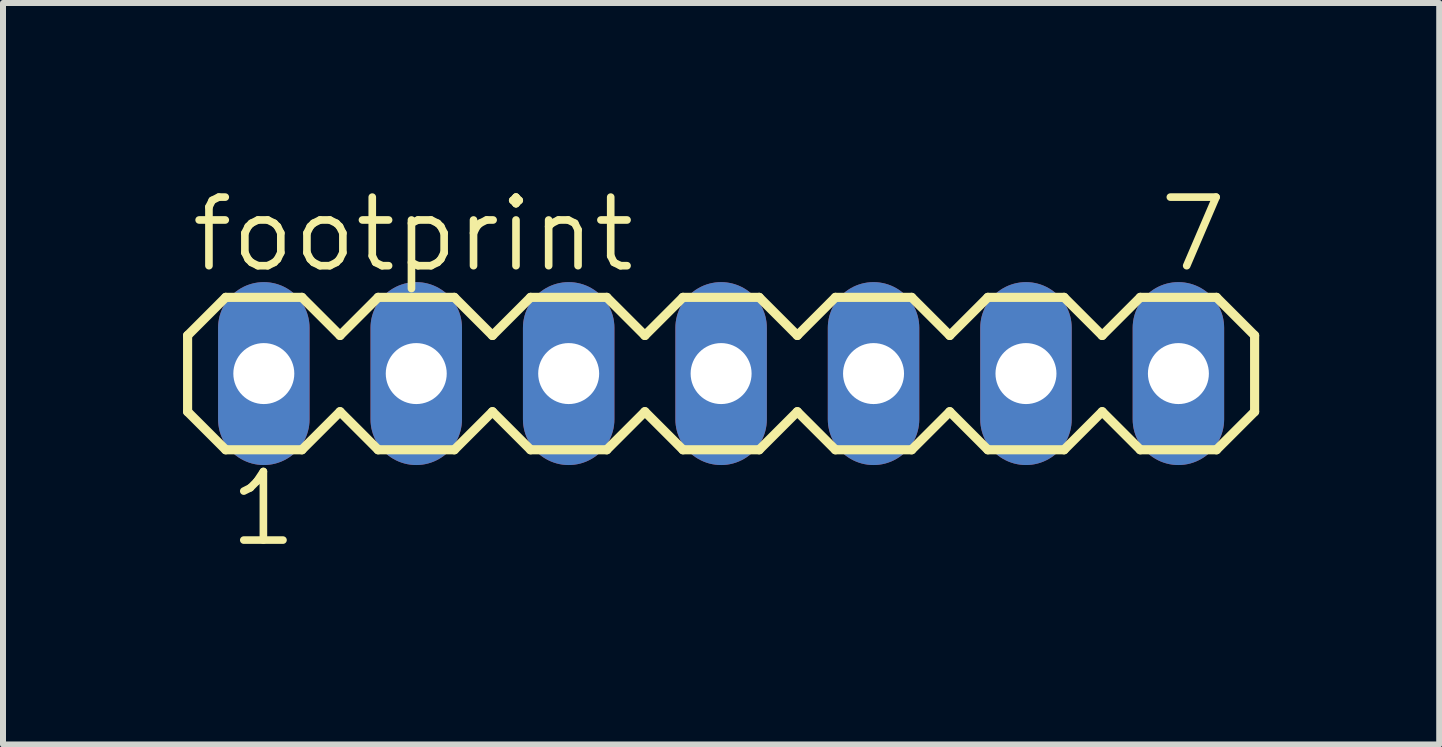
<source format=kicad_pcb>
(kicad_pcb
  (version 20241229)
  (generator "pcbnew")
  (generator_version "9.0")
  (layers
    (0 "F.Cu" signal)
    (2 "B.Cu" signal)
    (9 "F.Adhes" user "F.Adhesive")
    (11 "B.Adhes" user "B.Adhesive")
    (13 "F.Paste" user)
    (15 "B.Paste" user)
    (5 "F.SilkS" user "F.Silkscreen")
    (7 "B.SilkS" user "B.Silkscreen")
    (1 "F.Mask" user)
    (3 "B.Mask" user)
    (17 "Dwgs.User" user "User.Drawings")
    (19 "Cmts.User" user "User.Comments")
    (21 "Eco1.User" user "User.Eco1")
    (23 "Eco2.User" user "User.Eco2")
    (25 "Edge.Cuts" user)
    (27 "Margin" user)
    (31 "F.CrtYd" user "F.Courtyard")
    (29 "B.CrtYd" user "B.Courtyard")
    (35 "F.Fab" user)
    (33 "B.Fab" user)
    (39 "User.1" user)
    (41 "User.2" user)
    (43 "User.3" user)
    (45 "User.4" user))
  (footprint "footprint"
    (layer "F.Cu")
    (at 8.966 3.175)
    (property "Reference" "footprint" (at -8.89 -1.651 0) (layer "F.SilkS") (effects (font (size 1.143 1.143) (thickness 0.127)) (justify left bottom)))
    (fp_line (start -8.89 -0.635) (end -8.89 0.635) (stroke (width 0.152) (type solid)) (layer "F.SilkS"))
    (fp_line (start -8.89 0.635) (end -8.255 1.27) (stroke (width 0.152) (type solid)) (layer "F.SilkS"))
    (fp_line (start -8.255 -1.27) (end -8.89 -0.635) (stroke (width 0.152) (type solid)) (layer "F.SilkS"))
    (fp_line (start -8.255 -1.27) (end -6.985 -1.27) (stroke (width 0.152) (type solid)) (layer "F.SilkS"))
    (fp_line (start -6.985 -1.27) (end -6.35 -0.635) (stroke (width 0.152) (type solid)) (layer "F.SilkS"))
    (fp_line (start -6.985 1.27) (end -8.255 1.27) (stroke (width 0.152) (type solid)) (layer "F.SilkS"))
    (fp_line (start -6.35 -0.635) (end -5.715 -1.27) (stroke (width 0.152) (type solid)) (layer "F.SilkS"))
    (fp_line (start -6.35 0.635) (end -6.985 1.27) (stroke (width 0.152) (type solid)) (layer "F.SilkS"))
    (fp_line (start -5.715 -1.27) (end -4.445 -1.27) (stroke (width 0.152) (type solid)) (layer "F.SilkS"))
    (fp_line (start -5.715 1.27) (end -6.35 0.635) (stroke (width 0.152) (type solid)) (layer "F.SilkS"))
    (fp_line (start -4.445 -1.27) (end -3.81 -0.635) (stroke (width 0.152) (type solid)) (layer "F.SilkS"))
    (fp_line (start -4.445 1.27) (end -5.715 1.27) (stroke (width 0.152) (type solid)) (layer "F.SilkS"))
    (fp_line (start -3.81 -0.635) (end -3.175 -1.27) (stroke (width 0.152) (type solid)) (layer "F.SilkS"))
    (fp_line (start -3.81 0.635) (end -4.445 1.27) (stroke (width 0.152) (type solid)) (layer "F.SilkS"))
    (fp_line (start -3.175 -1.27) (end -1.905 -1.27) (stroke (width 0.152) (type solid)) (layer "F.SilkS"))
    (fp_line (start -3.175 1.27) (end -3.81 0.635) (stroke (width 0.152) (type solid)) (layer "F.SilkS"))
    (fp_line (start -1.905 -1.27) (end -1.27 -0.635) (stroke (width 0.152) (type solid)) (layer "F.SilkS"))
    (fp_line (start -1.905 1.27) (end -3.175 1.27) (stroke (width 0.152) (type solid)) (layer "F.SilkS"))
    (fp_line (start -1.27 0.635) (end -1.905 1.27) (stroke (width 0.152) (type solid)) (layer "F.SilkS"))
    (fp_line (start -1.27 0.635) (end -0.635 1.27) (stroke (width 0.152) (type solid)) (layer "F.SilkS"))
    (fp_line (start -0.635 -1.27) (end -1.27 -0.635) (stroke (width 0.152) (type solid)) (layer "F.SilkS"))
    (fp_line (start -0.635 -1.27) (end 0.635 -1.27) (stroke (width 0.152) (type solid)) (layer "F.SilkS"))
    (fp_line (start 0.635 -1.27) (end 1.27 -0.635) (stroke (width 0.152) (type solid)) (layer "F.SilkS"))
    (fp_line (start 0.635 1.27) (end -0.635 1.27) (stroke (width 0.152) (type solid)) (layer "F.SilkS"))
    (fp_line (start 1.27 -0.635) (end 1.905 -1.27) (stroke (width 0.152) (type solid)) (layer "F.SilkS"))
    (fp_line (start 1.27 0.635) (end 0.635 1.27) (stroke (width 0.152) (type solid)) (layer "F.SilkS"))
    (fp_line (start 1.905 -1.27) (end 3.175 -1.27) (stroke (width 0.152) (type solid)) (layer "F.SilkS"))
    (fp_line (start 1.905 1.27) (end 1.27 0.635) (stroke (width 0.152) (type solid)) (layer "F.SilkS"))
    (fp_line (start 3.175 -1.27) (end 3.81 -0.635) (stroke (width 0.152) (type solid)) (layer "F.SilkS"))
    (fp_line (start 3.175 1.27) (end 1.905 1.27) (stroke (width 0.152) (type solid)) (layer "F.SilkS"))
    (fp_line (start 3.81 -0.635) (end 4.445 -1.27) (stroke (width 0.152) (type solid)) (layer "F.SilkS"))
    (fp_line (start 3.81 0.635) (end 3.175 1.27) (stroke (width 0.152) (type solid)) (layer "F.SilkS"))
    (fp_line (start 4.445 -1.27) (end 5.715 -1.27) (stroke (width 0.152) (type solid)) (layer "F.SilkS"))
    (fp_line (start 4.445 1.27) (end 3.81 0.635) (stroke (width 0.152) (type solid)) (layer "F.SilkS"))
    (fp_line (start 5.715 -1.27) (end 6.35 -0.635) (stroke (width 0.152) (type solid)) (layer "F.SilkS"))
    (fp_line (start 5.715 1.27) (end 4.445 1.27) (stroke (width 0.152) (type solid)) (layer "F.SilkS"))
    (fp_line (start 6.35 0.635) (end 5.715 1.27) (stroke (width 0.152) (type solid)) (layer "F.SilkS"))
    (fp_line (start 6.35 0.635) (end 6.985 1.27) (stroke (width 0.152) (type solid)) (layer "F.SilkS"))
    (fp_line (start 6.985 -1.27) (end 6.35 -0.635) (stroke (width 0.152) (type solid)) (layer "F.SilkS"))
    (fp_line (start 6.985 -1.27) (end 8.255 -1.27) (stroke (width 0.152) (type solid)) (layer "F.SilkS"))
    (fp_line (start 8.255 -1.27) (end 8.89 -0.635) (stroke (width 0.152) (type solid)) (layer "F.SilkS"))
    (fp_line (start 8.255 1.27) (end 6.985 1.27) (stroke (width 0.152) (type solid)) (layer "F.SilkS"))
    (fp_line (start 8.89 -0.635) (end 8.89 0.635) (stroke (width 0.152) (type solid)) (layer "F.SilkS"))
    (fp_line (start 8.89 0.635) (end 8.255 1.27) (stroke (width 0.152) (type solid)) (layer "F.SilkS"))
    (fp_poly (pts (xy -7.874 0.254) (xy -7.366 0.254) (xy -7.366 -0.254) (xy -7.874 -0.254)) (stroke (width 0.1) (type solid)) (fill no) (layer "F.Fab"))
    (fp_poly (pts (xy -5.334 0.254) (xy -4.826 0.254) (xy -4.826 -0.254) (xy -5.334 -0.254)) (stroke (width 0.1) (type solid)) (fill no) (layer "F.Fab"))
    (fp_poly (pts (xy -2.794 0.254) (xy -2.286 0.254) (xy -2.286 -0.254) (xy -2.794 -0.254)) (stroke (width 0.1) (type solid)) (fill no) (layer "F.Fab"))
    (fp_poly (pts (xy -0.254 0.254) (xy 0.254 0.254) (xy 0.254 -0.254) (xy -0.254 -0.254)) (stroke (width 0.1) (type solid)) (fill no) (layer "F.Fab"))
    (fp_poly (pts (xy 2.286 0.254) (xy 2.794 0.254) (xy 2.794 -0.254) (xy 2.286 -0.254)) (stroke (width 0.1) (type solid)) (fill no) (layer "F.Fab"))
    (fp_poly (pts (xy 4.826 0.254) (xy 5.334 0.254) (xy 5.334 -0.254) (xy 4.826 -0.254)) (stroke (width 0.1) (type solid)) (fill no) (layer "F.Fab"))
    (fp_poly (pts (xy 7.366 0.254) (xy 7.874 0.254) (xy 7.874 -0.254) (xy 7.366 -0.254)) (stroke (width 0.1) (type solid)) (fill no) (layer "F.Fab"))
    (fp_text user "7" (at 7.239 -1.651 0) (layer "F.SilkS") (effects (font (size 1.143 1.143) (thickness 0.127)) (justify left bottom)))
    (fp_text user "1" (at -8.255 2.921 0) (layer "F.SilkS") (effects (font (size 1.143 1.143) (thickness 0.127)) (justify left bottom)))
    (pad "1" thru_hole oval (at -7.62 0 90) (size 3.048 1.524) (drill 1.016) (layers "*.Cu" "*.Mask"))
    (pad "2" thru_hole oval (at -5.08 0 90) (size 3.048 1.524) (drill 1.016) (layers "*.Cu" "*.Mask"))
    (pad "3" thru_hole oval (at -2.54 0 90) (size 3.048 1.524) (drill 1.016) (layers "*.Cu" "*.Mask"))
    (pad "4" thru_hole oval (at 0 0 90) (size 3.048 1.524) (drill 1.016) (layers "*.Cu" "*.Mask"))
    (pad "5" thru_hole oval (at 2.54 0 90) (size 3.048 1.524) (drill 1.016) (layers "*.Cu" "*.Mask"))
    (pad "6" thru_hole oval (at 5.08 0 90) (size 3.048 1.524) (drill 1.016) (layers "*.Cu" "*.Mask"))
    (pad "7" thru_hole oval (at 7.62 0 90) (size 3.048 1.524) (drill 1.016) (layers "*.Cu" "*.Mask")))
  (gr_rect
    (start -3 -3)
    (end 20.932 9.355)
    (stroke (width 0.1) (type default))
    (fill no)
    (layer "Edge.Cuts")))
</source>
